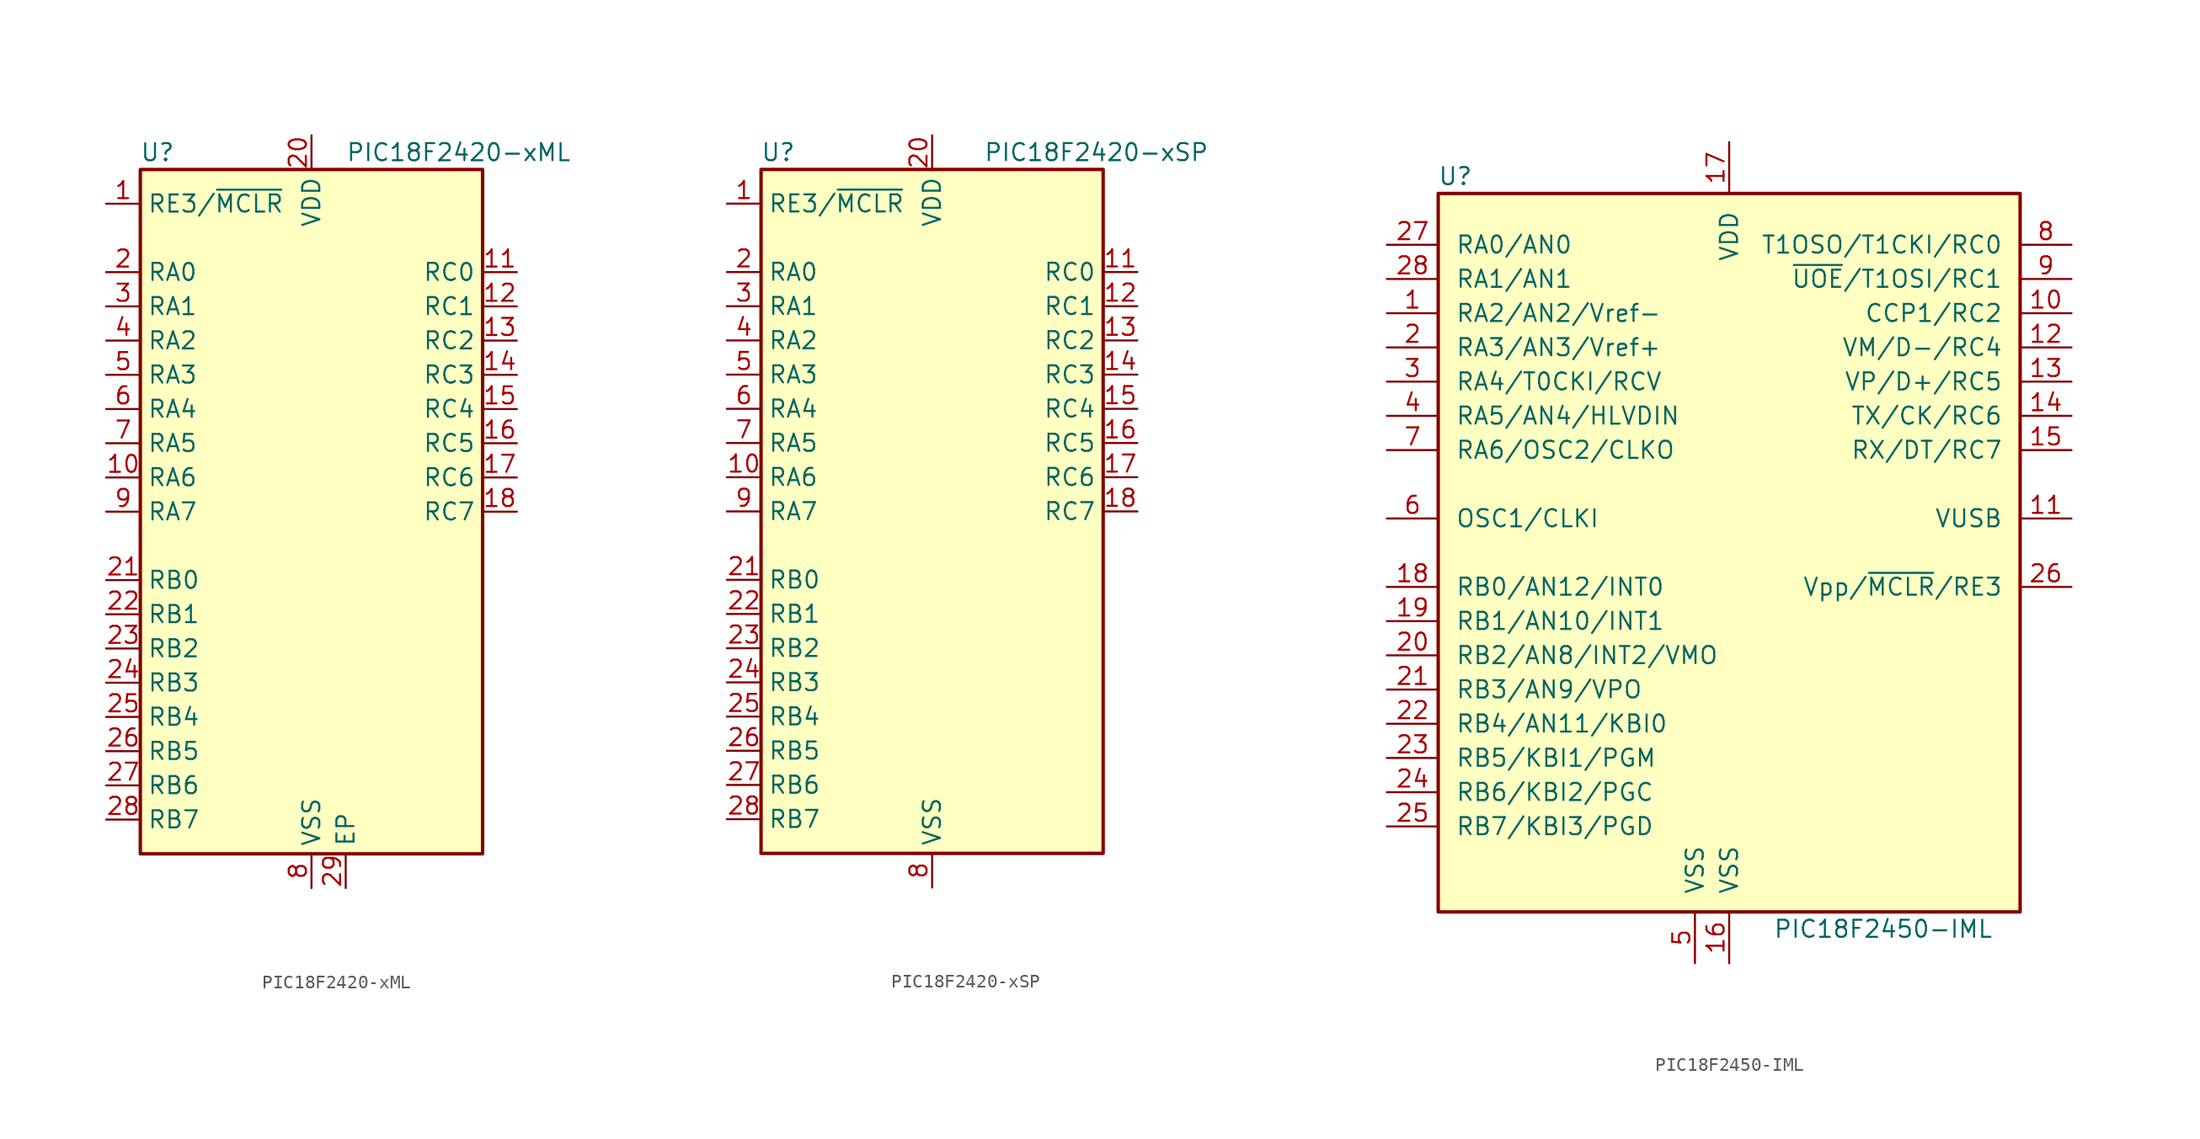
<source format=kicad_sym>
(kicad_symbol_lib
  (version 20241209)
  (generator "kicad_symbol_editor")
  (generator_version "9.0")
  (symbol "PIC18F2420-xML"
    (property "Reference" "U"
      (at -11.43 26.67 0)
      (effects (font (size 1.27 1.27))))
    (property "Value" "PIC18F2420-xML"
      (at 2.54 26.67 0)
      (effects (font (size 1.27 1.27)) (justify left)))
    (symbol "PIC18F2420-xML_0_1"
      (rectangle (start -12.7 25.4) (end 12.7 -25.4) (stroke (width 0.254) (type default)) (fill (type background))))
    (symbol "PIC18F2420-xML_1_1"
      (pin input line (at -15.24 22.86 0) (length 2.54) (name "RE3/~{MCLR}" (effects (font (size 1.27 1.27)))) (number "1" (effects (font (size 1.27 1.27)))))
      (pin bidirectional line (at -15.24 17.78 0) (length 2.54) (name "RA0" (effects (font (size 1.27 1.27)))) (number "2" (effects (font (size 1.27 1.27)))))
      (pin bidirectional line (at -15.24 15.24 0) (length 2.54) (name "RA1" (effects (font (size 1.27 1.27)))) (number "3" (effects (font (size 1.27 1.27)))))
      (pin bidirectional line (at -15.24 12.7 0) (length 2.54) (name "RA2" (effects (font (size 1.27 1.27)))) (number "4" (effects (font (size 1.27 1.27)))))
      (pin bidirectional line (at -15.24 10.16 0) (length 2.54) (name "RA3" (effects (font (size 1.27 1.27)))) (number "5" (effects (font (size 1.27 1.27)))))
      (pin bidirectional line (at -15.24 7.62 0) (length 2.54) (name "RA4" (effects (font (size 1.27 1.27)))) (number "6" (effects (font (size 1.27 1.27)))))
      (pin bidirectional line (at -15.24 5.08 0) (length 2.54) (name "RA5" (effects (font (size 1.27 1.27)))) (number "7" (effects (font (size 1.27 1.27)))))
      (pin bidirectional line (at -15.24 2.54 0) (length 2.54) (name "RA6" (effects (font (size 1.27 1.27)))) (number "10" (effects (font (size 1.27 1.27)))))
      (pin bidirectional line (at -15.24 0 0) (length 2.54) (name "RA7" (effects (font (size 1.27 1.27)))) (number "9" (effects (font (size 1.27 1.27)))))
      (pin bidirectional line (at -15.24 -5.08 0) (length 2.54) (name "RB0" (effects (font (size 1.27 1.27)))) (number "21" (effects (font (size 1.27 1.27)))))
      (pin bidirectional line (at -15.24 -7.62 0) (length 2.54) (name "RB1" (effects (font (size 1.27 1.27)))) (number "22" (effects (font (size 1.27 1.27)))))
      (pin bidirectional line (at -15.24 -10.16 0) (length 2.54) (name "RB2" (effects (font (size 1.27 1.27)))) (number "23" (effects (font (size 1.27 1.27)))))
      (pin bidirectional line (at -15.24 -12.7 0) (length 2.54) (name "RB3" (effects (font (size 1.27 1.27)))) (number "24" (effects (font (size 1.27 1.27)))))
      (pin bidirectional line (at -15.24 -15.24 0) (length 2.54) (name "RB4" (effects (font (size 1.27 1.27)))) (number "25" (effects (font (size 1.27 1.27)))))
      (pin bidirectional line (at -15.24 -17.78 0) (length 2.54) (name "RB5" (effects (font (size 1.27 1.27)))) (number "26" (effects (font (size 1.27 1.27)))))
      (pin bidirectional line (at -15.24 -20.32 0) (length 2.54) (name "RB6" (effects (font (size 1.27 1.27)))) (number "27" (effects (font (size 1.27 1.27)))))
      (pin bidirectional line (at -15.24 -22.86 0) (length 2.54) (name "RB7" (effects (font (size 1.27 1.27)))) (number "28" (effects (font (size 1.27 1.27)))))
      (pin power_in line (at 0 27.94 270) (length 2.54) (name "VDD" (effects (font (size 1.27 1.27)))) (number "20" (effects (font (size 1.27 1.27)))))
      (pin passive line (at 0 -27.94 90) (length 2.54) (hide yes) (name "VSS" (effects (font (size 1.27 1.27)))) (number "19" (effects (font (size 1.27 1.27)))))
      (pin power_in line (at 0 -27.94 90) (length 2.54) (name "VSS" (effects (font (size 1.27 1.27)))) (number "8" (effects (font (size 1.27 1.27)))))
      (pin passive line (at 2.54 -27.94 90) (length 2.54) (name "EP" (effects (font (size 1.27 1.27)))) (number "29" (effects (font (size 1.27 1.27)))))
      (pin bidirectional line (at 15.24 17.78 180) (length 2.54) (name "RC0" (effects (font (size 1.27 1.27)))) (number "11" (effects (font (size 1.27 1.27)))))
      (pin bidirectional line (at 15.24 15.24 180) (length 2.54) (name "RC1" (effects (font (size 1.27 1.27)))) (number "12" (effects (font (size 1.27 1.27)))))
      (pin bidirectional line (at 15.24 12.7 180) (length 2.54) (name "RC2" (effects (font (size 1.27 1.27)))) (number "13" (effects (font (size 1.27 1.27)))))
      (pin bidirectional line (at 15.24 10.16 180) (length 2.54) (name "RC3" (effects (font (size 1.27 1.27)))) (number "14" (effects (font (size 1.27 1.27)))))
      (pin bidirectional line (at 15.24 7.62 180) (length 2.54) (name "RC4" (effects (font (size 1.27 1.27)))) (number "15" (effects (font (size 1.27 1.27)))))
      (pin bidirectional line (at 15.24 5.08 180) (length 2.54) (name "RC5" (effects (font (size 1.27 1.27)))) (number "16" (effects (font (size 1.27 1.27)))))
      (pin bidirectional line (at 15.24 2.54 180) (length 2.54) (name "RC6" (effects (font (size 1.27 1.27)))) (number "17" (effects (font (size 1.27 1.27)))))
      (pin bidirectional line (at 15.24 0 180) (length 2.54) (name "RC7" (effects (font (size 1.27 1.27)))) (number "18" (effects (font (size 1.27 1.27)))))))
  (symbol "PIC18F2420-xSP"
    (property "Reference" "U"
      (at -11.43 26.67 0)
      (effects (font (size 1.27 1.27))))
    (property "Value" "PIC18F2420-xSP"
      (at 3.81 26.67 0)
      (effects (font (size 1.27 1.27)) (justify left)))
    (symbol "PIC18F2420-xSP_0_1"
      (rectangle (start -12.7 25.4) (end 12.7 -25.4) (stroke (width 0.254) (type default)) (fill (type background))))
    (symbol "PIC18F2420-xSP_1_1"
      (pin input line (at -15.24 22.86 0) (length 2.54) (name "RE3/~{MCLR}" (effects (font (size 1.27 1.27)))) (number "1" (effects (font (size 1.27 1.27)))))
      (pin bidirectional line (at -15.24 17.78 0) (length 2.54) (name "RA0" (effects (font (size 1.27 1.27)))) (number "2" (effects (font (size 1.27 1.27)))))
      (pin bidirectional line (at -15.24 15.24 0) (length 2.54) (name "RA1" (effects (font (size 1.27 1.27)))) (number "3" (effects (font (size 1.27 1.27)))))
      (pin bidirectional line (at -15.24 12.7 0) (length 2.54) (name "RA2" (effects (font (size 1.27 1.27)))) (number "4" (effects (font (size 1.27 1.27)))))
      (pin bidirectional line (at -15.24 10.16 0) (length 2.54) (name "RA3" (effects (font (size 1.27 1.27)))) (number "5" (effects (font (size 1.27 1.27)))))
      (pin bidirectional line (at -15.24 7.62 0) (length 2.54) (name "RA4" (effects (font (size 1.27 1.27)))) (number "6" (effects (font (size 1.27 1.27)))))
      (pin bidirectional line (at -15.24 5.08 0) (length 2.54) (name "RA5" (effects (font (size 1.27 1.27)))) (number "7" (effects (font (size 1.27 1.27)))))
      (pin bidirectional line (at -15.24 2.54 0) (length 2.54) (name "RA6" (effects (font (size 1.27 1.27)))) (number "10" (effects (font (size 1.27 1.27)))))
      (pin bidirectional line (at -15.24 0 0) (length 2.54) (name "RA7" (effects (font (size 1.27 1.27)))) (number "9" (effects (font (size 1.27 1.27)))))
      (pin bidirectional line (at -15.24 -5.08 0) (length 2.54) (name "RB0" (effects (font (size 1.27 1.27)))) (number "21" (effects (font (size 1.27 1.27)))))
      (pin bidirectional line (at -15.24 -7.62 0) (length 2.54) (name "RB1" (effects (font (size 1.27 1.27)))) (number "22" (effects (font (size 1.27 1.27)))))
      (pin bidirectional line (at -15.24 -10.16 0) (length 2.54) (name "RB2" (effects (font (size 1.27 1.27)))) (number "23" (effects (font (size 1.27 1.27)))))
      (pin bidirectional line (at -15.24 -12.7 0) (length 2.54) (name "RB3" (effects (font (size 1.27 1.27)))) (number "24" (effects (font (size 1.27 1.27)))))
      (pin bidirectional line (at -15.24 -15.24 0) (length 2.54) (name "RB4" (effects (font (size 1.27 1.27)))) (number "25" (effects (font (size 1.27 1.27)))))
      (pin bidirectional line (at -15.24 -17.78 0) (length 2.54) (name "RB5" (effects (font (size 1.27 1.27)))) (number "26" (effects (font (size 1.27 1.27)))))
      (pin bidirectional line (at -15.24 -20.32 0) (length 2.54) (name "RB6" (effects (font (size 1.27 1.27)))) (number "27" (effects (font (size 1.27 1.27)))))
      (pin bidirectional line (at -15.24 -22.86 0) (length 2.54) (name "RB7" (effects (font (size 1.27 1.27)))) (number "28" (effects (font (size 1.27 1.27)))))
      (pin power_in line (at 0 27.94 270) (length 2.54) (name "VDD" (effects (font (size 1.27 1.27)))) (number "20" (effects (font (size 1.27 1.27)))))
      (pin passive line (at 0 -27.94 90) (length 2.54) (hide yes) (name "VSS" (effects (font (size 1.27 1.27)))) (number "19" (effects (font (size 1.27 1.27)))))
      (pin power_in line (at 0 -27.94 90) (length 2.54) (name "VSS" (effects (font (size 1.27 1.27)))) (number "8" (effects (font (size 1.27 1.27)))))
      (pin bidirectional line (at 15.24 17.78 180) (length 2.54) (name "RC0" (effects (font (size 1.27 1.27)))) (number "11" (effects (font (size 1.27 1.27)))))
      (pin bidirectional line (at 15.24 15.24 180) (length 2.54) (name "RC1" (effects (font (size 1.27 1.27)))) (number "12" (effects (font (size 1.27 1.27)))))
      (pin bidirectional line (at 15.24 12.7 180) (length 2.54) (name "RC2" (effects (font (size 1.27 1.27)))) (number "13" (effects (font (size 1.27 1.27)))))
      (pin bidirectional line (at 15.24 10.16 180) (length 2.54) (name "RC3" (effects (font (size 1.27 1.27)))) (number "14" (effects (font (size 1.27 1.27)))))
      (pin bidirectional line (at 15.24 7.62 180) (length 2.54) (name "RC4" (effects (font (size 1.27 1.27)))) (number "15" (effects (font (size 1.27 1.27)))))
      (pin bidirectional line (at 15.24 5.08 180) (length 2.54) (name "RC5" (effects (font (size 1.27 1.27)))) (number "16" (effects (font (size 1.27 1.27)))))
      (pin bidirectional line (at 15.24 2.54 180) (length 2.54) (name "RC6" (effects (font (size 1.27 1.27)))) (number "17" (effects (font (size 1.27 1.27)))))
      (pin bidirectional line (at 15.24 0 180) (length 2.54) (name "RC7" (effects (font (size 1.27 1.27)))) (number "18" (effects (font (size 1.27 1.27)))))))
  (symbol "PIC18F2450-IML"
    (pin_names
      (offset 1.27))
    (property "Reference" "U"
      (at -20.32 27.94 0)
      (effects (font (size 1.27 1.27))))
    (property "Value" "PIC18F2450-IML"
      (at 11.43 -27.94 0)
      (effects (font (size 1.27 1.27))))
    (symbol "PIC18F2450-IML_0_1"
      (rectangle (start -21.59 26.67) (end 21.59 -26.67) (stroke (width 0.254) (type default)) (fill (type background))))
    (symbol "PIC18F2450-IML_1_1"
      (pin bidirectional line (at -25.4 22.86 0) (length 3.81) (name "RA0/AN0" (effects (font (size 1.27 1.27)))) (number "27" (effects (font (size 1.27 1.27)))))
      (pin bidirectional line (at -25.4 20.32 0) (length 3.81) (name "RA1/AN1" (effects (font (size 1.27 1.27)))) (number "28" (effects (font (size 1.27 1.27)))))
      (pin bidirectional line (at -25.4 17.78 0) (length 3.81) (name "RA2/AN2/Vref-" (effects (font (size 1.27 1.27)))) (number "1" (effects (font (size 1.27 1.27)))))
      (pin bidirectional line (at -25.4 15.24 0) (length 3.81) (name "RA3/AN3/Vref+" (effects (font (size 1.27 1.27)))) (number "2" (effects (font (size 1.27 1.27)))))
      (pin bidirectional line (at -25.4 12.7 0) (length 3.81) (name "RA4/T0CKI/RCV" (effects (font (size 1.27 1.27)))) (number "3" (effects (font (size 1.27 1.27)))))
      (pin bidirectional line (at -25.4 10.16 0) (length 3.81) (name "RA5/AN4/HLVDIN" (effects (font (size 1.27 1.27)))) (number "4" (effects (font (size 1.27 1.27)))))
      (pin output line (at -25.4 7.62 0) (length 3.81) (name "RA6/OSC2/CLKO" (effects (font (size 1.27 1.27)))) (number "7" (effects (font (size 1.27 1.27)))))
      (pin input line (at -25.4 2.54 0) (length 3.81) (name "OSC1/CLKI" (effects (font (size 1.27 1.27)))) (number "6" (effects (font (size 1.27 1.27)))))
      (pin bidirectional line (at -25.4 -2.54 0) (length 3.81) (name "RB0/AN12/INT0" (effects (font (size 1.27 1.27)))) (number "18" (effects (font (size 1.27 1.27)))))
      (pin bidirectional line (at -25.4 -5.08 0) (length 3.81) (name "RB1/AN10/INT1" (effects (font (size 1.27 1.27)))) (number "19" (effects (font (size 1.27 1.27)))))
      (pin bidirectional line (at -25.4 -7.62 0) (length 3.81) (name "RB2/AN8/INT2/VMO" (effects (font (size 1.27 1.27)))) (number "20" (effects (font (size 1.27 1.27)))))
      (pin bidirectional line (at -25.4 -10.16 0) (length 3.81) (name "RB3/AN9/VPO" (effects (font (size 1.27 1.27)))) (number "21" (effects (font (size 1.27 1.27)))))
      (pin bidirectional line (at -25.4 -12.7 0) (length 3.81) (name "RB4/AN11/KBI0" (effects (font (size 1.27 1.27)))) (number "22" (effects (font (size 1.27 1.27)))))
      (pin bidirectional line (at -25.4 -15.24 0) (length 3.81) (name "RB5/KBI1/PGM" (effects (font (size 1.27 1.27)))) (number "23" (effects (font (size 1.27 1.27)))))
      (pin bidirectional line (at -25.4 -17.78 0) (length 3.81) (name "RB6/KBI2/PGC" (effects (font (size 1.27 1.27)))) (number "24" (effects (font (size 1.27 1.27)))))
      (pin bidirectional line (at -25.4 -20.32 0) (length 3.81) (name "RB7/KBI3/PGD" (effects (font (size 1.27 1.27)))) (number "25" (effects (font (size 1.27 1.27)))))
      (pin power_in line (at -2.54 -30.48 90) (length 3.81) (name "VSS" (effects (font (size 1.27 1.27)))) (number "5" (effects (font (size 1.27 1.27)))))
      (pin power_in line (at 0 30.48 270) (length 3.81) (name "VDD" (effects (font (size 1.27 1.27)))) (number "17" (effects (font (size 1.27 1.27)))))
      (pin power_in line (at 0 -30.48 90) (length 3.81) (name "VSS" (effects (font (size 1.27 1.27)))) (number "16" (effects (font (size 1.27 1.27)))))
      (pin bidirectional line (at 25.4 22.86 180) (length 3.81) (name "T1OSO/T1CKI/RC0" (effects (font (size 1.27 1.27)))) (number "8" (effects (font (size 1.27 1.27)))))
      (pin bidirectional line (at 25.4 20.32 180) (length 3.81) (name "~{UOE}/T1OSI/RC1" (effects (font (size 1.27 1.27)))) (number "9" (effects (font (size 1.27 1.27)))))
      (pin bidirectional line (at 25.4 17.78 180) (length 3.81) (name "CCP1/RC2" (effects (font (size 1.27 1.27)))) (number "10" (effects (font (size 1.27 1.27)))))
      (pin bidirectional line (at 25.4 15.24 180) (length 3.81) (name "VM/D-/RC4" (effects (font (size 1.27 1.27)))) (number "12" (effects (font (size 1.27 1.27)))))
      (pin bidirectional line (at 25.4 12.7 180) (length 3.81) (name "VP/D+/RC5" (effects (font (size 1.27 1.27)))) (number "13" (effects (font (size 1.27 1.27)))))
      (pin bidirectional line (at 25.4 10.16 180) (length 3.81) (name "TX/CK/RC6" (effects (font (size 1.27 1.27)))) (number "14" (effects (font (size 1.27 1.27)))))
      (pin bidirectional line (at 25.4 7.62 180) (length 3.81) (name "RX/DT/RC7" (effects (font (size 1.27 1.27)))) (number "15" (effects (font (size 1.27 1.27)))))
      (pin bidirectional line (at 25.4 2.54 180) (length 3.81) (name "VUSB" (effects (font (size 1.27 1.27)))) (number "11" (effects (font (size 1.27 1.27)))))
      (pin input line (at 25.4 -2.54 180) (length 3.81) (name "Vpp/~{MCLR}/RE3" (effects (font (size 1.27 1.27)))) (number "26" (effects (font (size 1.27 1.27))))))))
</source>
